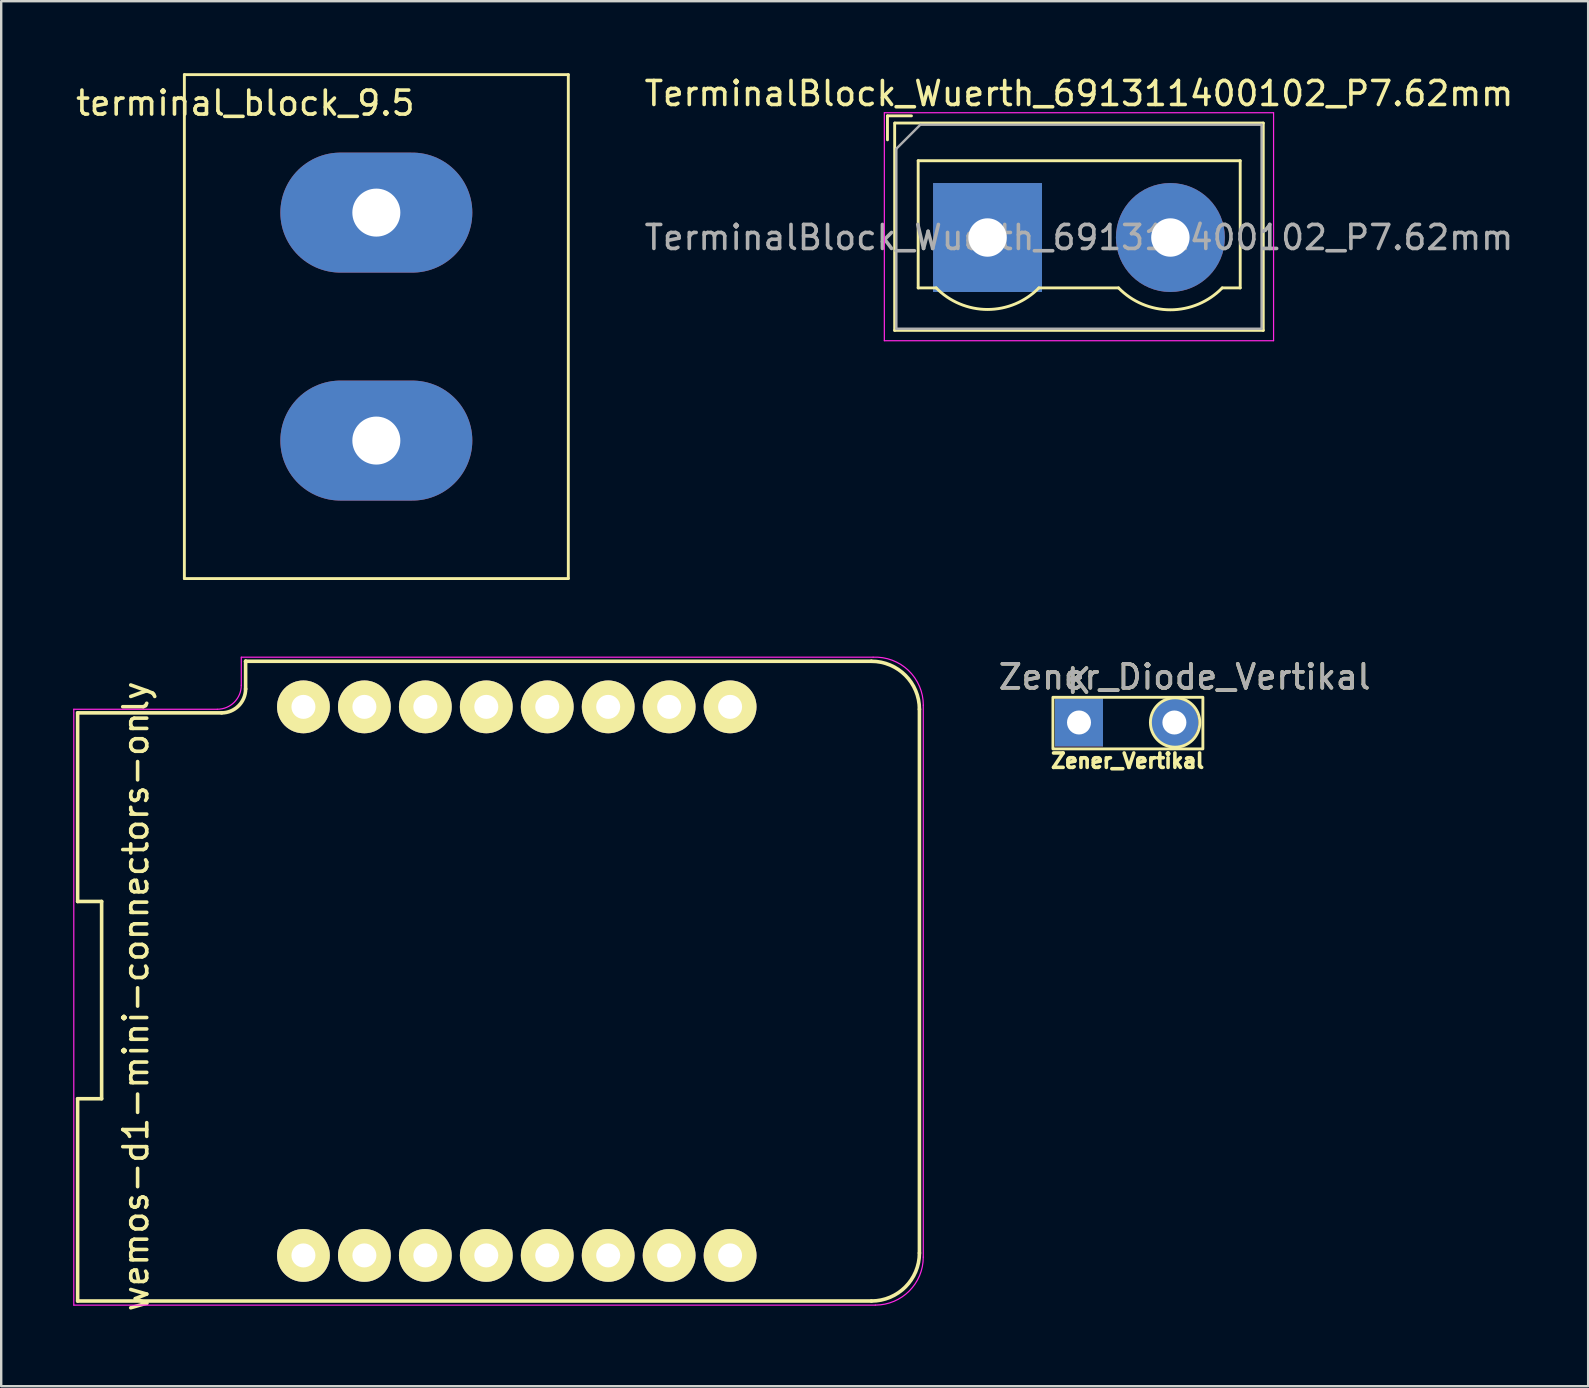
<source format=kicad_pcb>
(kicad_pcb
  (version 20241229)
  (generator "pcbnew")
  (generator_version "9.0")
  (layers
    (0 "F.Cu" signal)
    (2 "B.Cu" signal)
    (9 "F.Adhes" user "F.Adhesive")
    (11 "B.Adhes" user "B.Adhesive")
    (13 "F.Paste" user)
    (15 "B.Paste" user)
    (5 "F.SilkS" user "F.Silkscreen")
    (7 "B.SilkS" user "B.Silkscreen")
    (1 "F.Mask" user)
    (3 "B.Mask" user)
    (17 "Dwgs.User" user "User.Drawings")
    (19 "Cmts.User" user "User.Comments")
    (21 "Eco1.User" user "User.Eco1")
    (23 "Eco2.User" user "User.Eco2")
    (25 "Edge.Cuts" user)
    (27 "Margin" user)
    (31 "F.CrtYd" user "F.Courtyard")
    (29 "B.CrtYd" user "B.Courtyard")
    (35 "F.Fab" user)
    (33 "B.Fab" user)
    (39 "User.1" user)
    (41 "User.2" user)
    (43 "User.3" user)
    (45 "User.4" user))
  (footprint "wemos-d1-mini-connectors-only"
    (layer "F.Cu")
    (at 18.485 37.837)
    (property "Reference" "wemos-d1-mini-connectors-only" (at -15.875 0.635 270) (layer "F.SilkS") (effects (font (size 1 1) (thickness 0.15))))
    (attr through_hole)
    (fp_line (start -18.3 -11.18) (end -18.3 -3.32) (stroke (width 0.15) (type solid)) (layer "F.SilkS"))
    (fp_line (start -18.3 -11.18) (end -12.3 -11.18) (stroke (width 0.15) (type solid)) (layer "F.SilkS"))
    (fp_line (start -18.3 -3.32) (end -17.3 -3.32) (stroke (width 0.15) (type solid)) (layer "F.SilkS"))
    (fp_line (start -18.3 4.9) (end -18.3 13.33) (stroke (width 0.15) (type solid)) (layer "F.SilkS"))
    (fp_line (start -18.3 13.33) (end 14.78 13.33) (stroke (width 0.15) (type solid)) (layer "F.SilkS"))
    (fp_line (start -17.3 -3.32) (end -17.3 4.9) (stroke (width 0.15) (type solid)) (layer "F.SilkS"))
    (fp_line (start -17.3 4.9) (end -18.3 4.9) (stroke (width 0.15) (type solid)) (layer "F.SilkS"))
    (fp_line (start -11.3 -13.33) (end -11.3 -13.33) (stroke (width 0.15) (type solid)) (layer "F.SilkS"))
    (fp_line (start -11.3 -12.17) (end -11.3 -13.33) (stroke (width 0.15) (type solid)) (layer "F.SilkS"))
    (fp_line (start 14.78 -13.33) (end -11.3 -13.33) (stroke (width 0.15) (type solid)) (layer "F.SilkS"))
    (fp_line (start 16.78 11.33) (end 16.78 -11.33) (stroke (width 0.15) (type solid)) (layer "F.SilkS"))
    (fp_arc (start -11.3 -12.18) (mid -11.592893 -11.472893) (end -12.3 -11.18) (stroke (width 0.15) (type solid)) (layer "F.SilkS"))
    (fp_arc (start 14.78 -13.33) (mid 16.194214 -12.744214) (end 16.78 -11.33) (stroke (width 0.15) (type solid)) (layer "F.SilkS"))
    (fp_arc (start 16.78 11.33) (mid 16.194214 12.744214) (end 14.78 13.33) (stroke (width 0.15) (type solid)) (layer "F.SilkS"))
    (fp_line (start -18.46 -11.33) (end -12.48 -11.33) (stroke (width 0.05) (type solid)) (layer "F.CrtYd"))
    (fp_line (start -18.46 13.5) (end -18.46 -11.33) (stroke (width 0.05) (type solid)) (layer "F.CrtYd"))
    (fp_line (start -11.48 -13.5) (end -11.48 -12.33) (stroke (width 0.05) (type solid)) (layer "F.CrtYd"))
    (fp_line (start -11.48 -13.5) (end 14.85 -13.5) (stroke (width 0.05) (type solid)) (layer "F.CrtYd"))
    (fp_line (start 14.94 13.5) (end -18.46 13.5) (stroke (width 0.05) (type solid)) (layer "F.CrtYd"))
    (fp_line (start 16.94 -11.5) (end 16.94 11.5) (stroke (width 0.05) (type solid)) (layer "F.CrtYd"))
    (fp_arc (start -11.48 -12.33) (mid -11.772893 -11.622893) (end -12.48 -11.33) (stroke (width 0.05) (type solid)) (layer "F.CrtYd"))
    (fp_arc (start 14.85 -13.5) (mid 16.323459 -12.947115) (end 16.942024 -11.5) (stroke (width 0.05) (type solid)) (layer "F.CrtYd"))
    (fp_arc (start 16.94 11.5) (mid 16.354214 12.914214) (end 14.94 13.5) (stroke (width 0.05) (type solid)) (layer "F.CrtYd"))
    (pad "1" thru_hole circle (at 8.89 -11.43) (size 2.2 2.2) (drill 1) (layers "*.Cu" "*.Mask" "F.SilkS"))
    (pad "2" thru_hole circle (at 6.35 -11.43) (size 2.2 2.2) (drill 1) (layers "*.Cu" "*.Mask" "F.SilkS"))
    (pad "3" thru_hole circle (at 3.81 -11.43) (size 2.2 2.2) (drill 1) (layers "*.Cu" "*.Mask" "F.SilkS"))
    (pad "4" thru_hole circle (at 1.27 -11.43) (size 2.2 2.2) (drill 1) (layers "*.Cu" "*.Mask" "F.SilkS"))
    (pad "5" thru_hole circle (at -1.27 -11.43) (size 2.2 2.2) (drill 1) (layers "*.Cu" "*.Mask" "F.SilkS"))
    (pad "6" thru_hole circle (at -3.81 -11.43) (size 2.2 2.2) (drill 1) (layers "*.Cu" "*.Mask" "F.SilkS"))
    (pad "7" thru_hole circle (at -6.35 -11.43) (size 2.2 2.2) (drill 1) (layers "*.Cu" "*.Mask" "F.SilkS"))
    (pad "8" thru_hole circle (at -8.89 -11.43) (size 2.2 2.2) (drill 1) (layers "*.Cu" "*.Mask" "F.SilkS"))
    (pad "9" thru_hole circle (at -8.89 11.43) (size 2.2 2.2) (drill 1) (layers "*.Cu" "*.Mask" "F.SilkS"))
    (pad "10" thru_hole circle (at -6.35 11.43) (size 2.2 2.2) (drill 1) (layers "*.Cu" "*.Mask" "F.SilkS"))
    (pad "11" thru_hole circle (at -3.81 11.43) (size 2.2 2.2) (drill 1) (layers "*.Cu" "*.Mask" "F.SilkS"))
    (pad "12" thru_hole circle (at -1.27 11.43) (size 2.2 2.2) (drill 1) (layers "*.Cu" "*.Mask" "F.SilkS"))
    (pad "13" thru_hole circle (at 1.27 11.43) (size 2.2 2.2) (drill 1) (layers "*.Cu" "*.Mask" "F.SilkS"))
    (pad "14" thru_hole circle (at 3.81 11.43) (size 2.2 2.2) (drill 1) (layers "*.Cu" "*.Mask" "F.SilkS"))
    (pad "15" thru_hole circle (at 6.35 11.43) (size 2.2 2.2) (drill 1) (layers "*.Cu" "*.Mask" "F.SilkS"))
    (pad "16" thru_hole circle (at 8.89 11.43) (size 2.2 2.2) (drill 1) (layers "*.Cu" "*.Mask" "F.SilkS")))
  (footprint "TerminalBlock_Wuerth_691311400102_P7.62mm"
    (layer "F.Cu")
    (at 38.103 6.848)
    (property "Reference" "TerminalBlock_Wuerth_691311400102_P7.62mm" (at 3.81 -6 0) (layer "F.SilkS") (effects (font (size 1 1) (thickness 0.15))))
    (attr through_hole)
    (fp_line (start -4.17 -5.07) (end -4.17 -4.07) (stroke (width 0.12) (type solid)) (layer "F.SilkS"))
    (fp_line (start -4.17 -5.07) (end -3.17 -5.07) (stroke (width 0.12) (type solid)) (layer "F.SilkS"))
    (fp_line (start -3.87 3.87) (end -3.87 -4.77) (stroke (width 0.12) (type solid)) (layer "F.SilkS"))
    (fp_line (start -3.86 -4.77) (end 11.49 -4.77) (stroke (width 0.12) (type solid)) (layer "F.SilkS"))
    (fp_line (start -2.89 -3.2) (end -2.89 2.1) (stroke (width 0.12) (type solid)) (layer "F.SilkS"))
    (fp_line (start -2.89 2.1) (end -2.14 2.1) (stroke (width 0.12) (type solid)) (layer "F.SilkS"))
    (fp_line (start 2.14 2.1) (end 5.46 2.1) (stroke (width 0.12) (type solid)) (layer "F.SilkS"))
    (fp_line (start 9.78 2.1) (end 10.53 2.1) (stroke (width 0.12) (type solid)) (layer "F.SilkS"))
    (fp_line (start 10.53 -3.2) (end -2.89 -3.2) (stroke (width 0.12) (type solid)) (layer "F.SilkS"))
    (fp_line (start 10.53 2.1) (end 10.53 -3.2) (stroke (width 0.12) (type solid)) (layer "F.SilkS"))
    (fp_line (start 11.49 -4.77) (end 11.49 3.87) (stroke (width 0.12) (type solid)) (layer "F.SilkS"))
    (fp_line (start 11.49 3.87) (end -3.87 3.87) (stroke (width 0.12) (type solid)) (layer "F.SilkS"))
    (fp_arc (start 2.140696 2.099291) (mid 0.000497 2.998266) (end -2.14 2.1) (stroke (width 0.12) (type solid)) (layer "F.SilkS"))
    (fp_arc (start 9.779492 2.100522) (mid 7.619636 3.012573) (end 5.46 2.1) (stroke (width 0.12) (type solid)) (layer "F.SilkS"))
    (fp_line (start -4.3 -5.2) (end 11.92 -5.2) (stroke (width 0.05) (type solid)) (layer "F.CrtYd"))
    (fp_line (start -4.3 4.3) (end -4.3 -5.2) (stroke (width 0.05) (type solid)) (layer "F.CrtYd"))
    (fp_line (start 11.92 -5.2) (end 11.92 4.3) (stroke (width 0.05) (type solid)) (layer "F.CrtYd"))
    (fp_line (start 11.92 4.3) (end -4.3 4.3) (stroke (width 0.05) (type solid)) (layer "F.CrtYd"))
    (fp_line (start -3.8 -3.7) (end -2.8 -4.7) (stroke (width 0.1) (type solid)) (layer "F.Fab"))
    (fp_line (start -3.8 3.8) (end -3.8 -3.7) (stroke (width 0.1) (type solid)) (layer "F.Fab"))
    (fp_line (start -2.8 -4.7) (end 11.42 -4.7) (stroke (width 0.1) (type solid)) (layer "F.Fab"))
    (fp_line (start 11.42 -4.7) (end 11.42 3.8) (stroke (width 0.1) (type solid)) (layer "F.Fab"))
    (fp_line (start 11.42 3.8) (end -3.8 3.8) (stroke (width 0.1) (type solid)) (layer "F.Fab"))
    (fp_text user "${REFERENCE}" (at 3.81 0 0) (layer "F.Fab") (effects (font (size 1 1) (thickness 0.15))))
    (pad "1" thru_hole rect (at 0 0) (size 4.54 4.54) (drill 1.6) (layers "*.Cu" "*.Mask"))
    (pad "2" thru_hole circle (at 7.62 0) (size 4.54 4.54) (drill 1.6) (layers "*.Cu" "*.Mask")))
  (footprint "Zener_Diode_Vertikal"
    (layer "F.Cu")
    (at 41.915 27.058)
    (property "Reference" "Zener_Diode_Vertikal" (at 4.4 -1.9 0) (layer "F.SilkS") (effects (font (size 1 1) (thickness 0.15))))
    (attr through_hole)
    (fp_rect (start -1.087 -1.05) (end 5.162 1.1) (stroke (width 0.12) (type solid)) (fill no) (layer "F.SilkS"))
    (fp_circle (center 4.005 0) (end 4.905 0.5) (stroke (width 0.12) (type solid)) (fill no) (layer "F.SilkS"))
    (fp_text user "K" (at 0 -1.725 0) (layer "F.SilkS") (effects (font (size 1 1) (thickness 0.15))))
    (fp_text user "Zener_Vertikal" (at 2.025 1.6 0) (unlocked yes) (layer "F.SilkS") (effects (font (size 0.6 0.6) (thickness 0.15))))
    (fp_text user "K" (at 0 -1.725 0) (layer "F.Fab") (effects (font (size 1 1) (thickness 0.15))))
    (fp_text user "${REFERENCE}" (at 4.4 -1.9 0) (layer "F.Fab") (effects (font (size 1 1) (thickness 0.15))))
    (pad "1" thru_hole rect (at 0 0) (size 2 2) (drill 1) (layers "*.Cu" "*.Mask"))
    (pad "2" thru_hole oval (at 3.975 0) (size 2 2) (drill 1) (layers "*.Cu" "*.Mask")))
  (footprint "terminal_block_9.5"
    (layer "F.Cu")
    (at 4.633 21.06)
    (property "Reference" "terminal_block_9.5" (at 2.54 -19.812 0) (layer "F.SilkS") (effects (font (size 1 1) (thickness 0.15))))
    (attr through_hole)
    (fp_line (start 0 -21) (end 16 -21) (stroke (width 0.12) (type solid)) (layer "F.SilkS"))
    (fp_line (start 0 0) (end 0 -21) (stroke (width 0.12) (type solid)) (layer "F.SilkS"))
    (fp_line (start 0 0) (end 16 0) (stroke (width 0.12) (type solid)) (layer "F.SilkS"))
    (fp_line (start 16 0) (end 16 -21) (stroke (width 0.12) (type solid)) (layer "F.SilkS"))
    (pad "1" thru_hole oval (at 8 -5.75) (size 8 5) (drill 2) (layers "*.Cu" "*.Mask"))
    (pad "2" thru_hole oval (at 8 -15.25) (size 8 5) (drill 2) (layers "*.Cu" "*.Mask")))
  (gr_rect
    (start -3 -3)
    (end 63.133 54.716)
    (stroke (width 0.1) (type default))
    (fill no)
    (layer "Edge.Cuts")))
</source>
